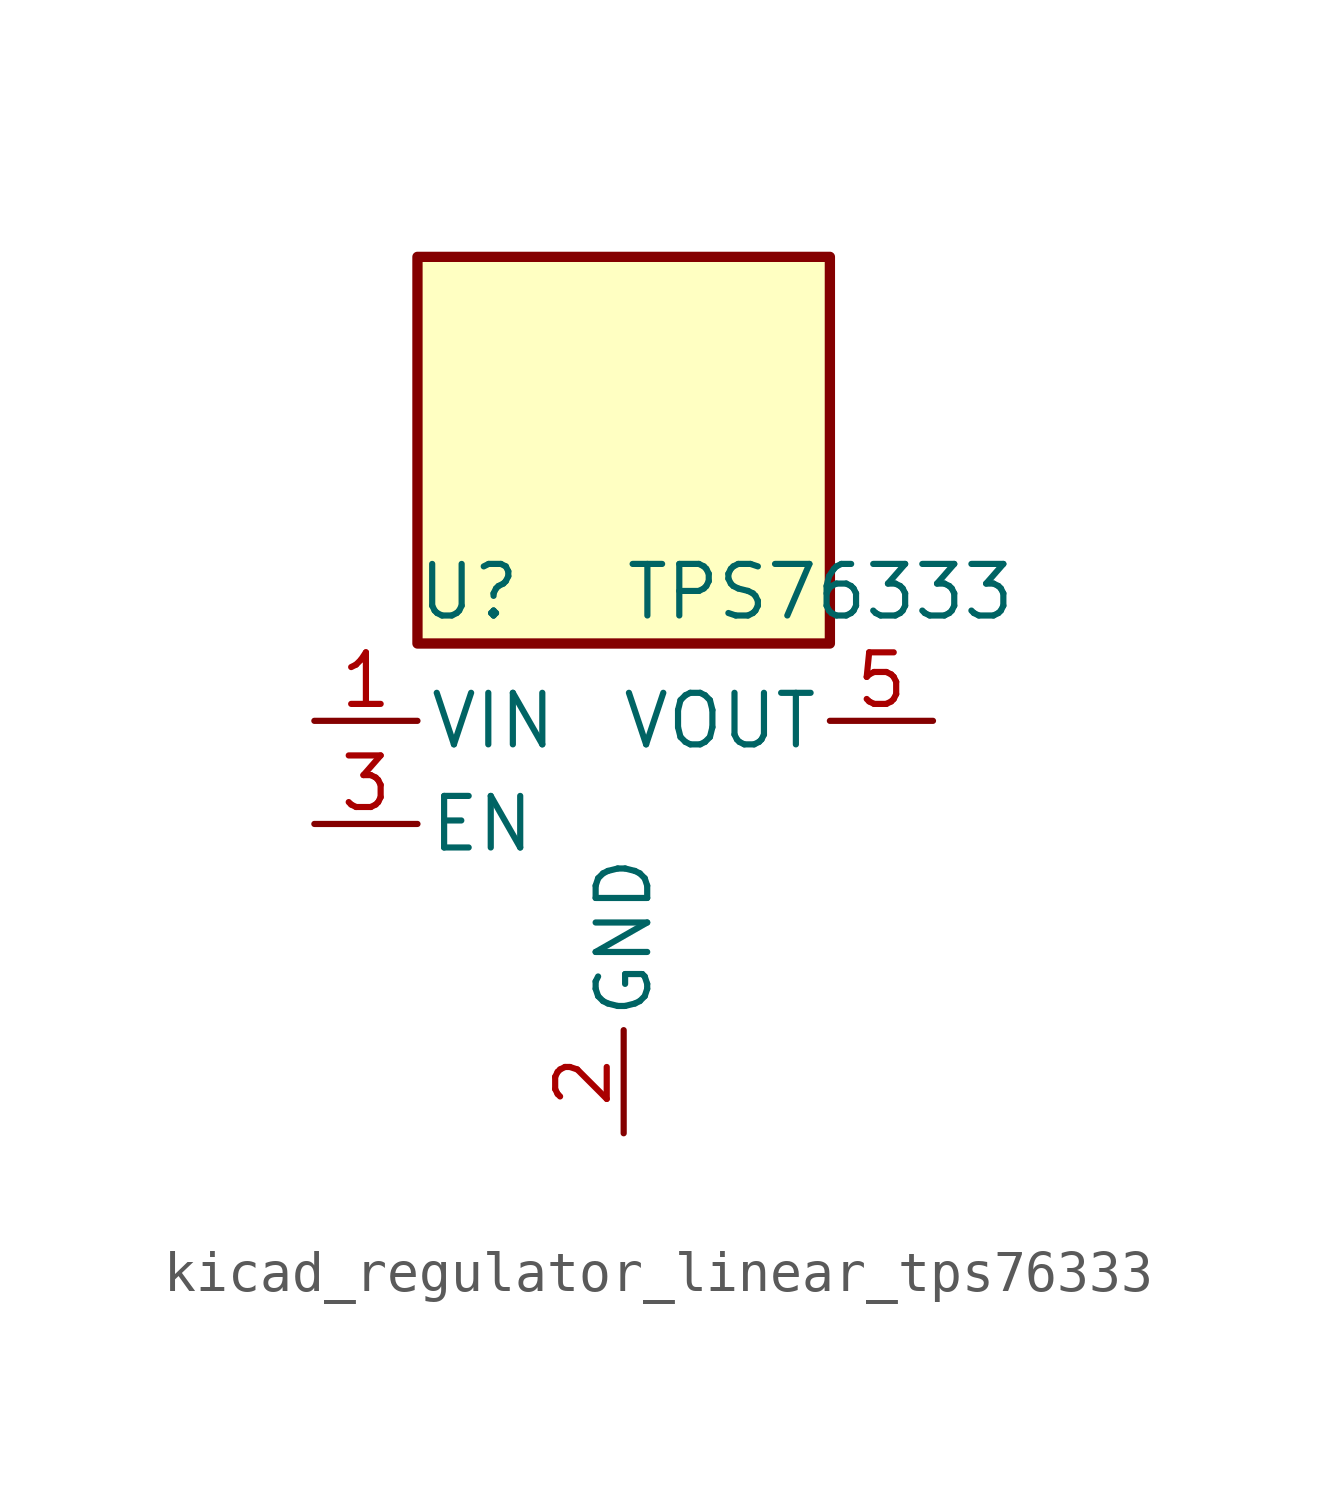
<source format=kicad_sym>
(kicad_symbol_lib
  (version 20220914)
  (generator kicad_symbol_editor)
  (symbol "kicad_regulator_linear_tps76333"
    (pin_names
      (offset 0.254))
    (property "Reference" "U"
      (at -3.81 5.715 0)
      (effects (font (size 1.27 1.27))))
    (property "Value" "TPS76333"
      (at 0 5.715 0)
      (effects (font (size 1.27 1.27)) (justify left)))
    (symbol "kicad_regulator_linear_tps76333_0_1"
      (rectangle (start 5.08 13.97) (end -5.08 4.445) (stroke (width 0.254) (type default)) (fill (type background))))
    (symbol "kicad_regulator_linear_tps76333_1_1"
      (pin power_in line (at -7.62 2.54 0) (length 2.54) (name "VIN" (effects (font (size 1.27 1.27)))) (number "1" (effects (font (size 1.27 1.27)))))
      (pin power_in line (at 0 -7.62 90) (length 2.54) (name "GND" (effects (font (size 1.27 1.27)))) (number "2" (effects (font (size 1.27 1.27)))))
      (pin input line (at -7.62 0 0) (length 2.54) (name "EN" (effects (font (size 1.27 1.27)))) (number "3" (effects (font (size 1.27 1.27)))))
      (pin no_connect line (at 5.08 0 180) (length 2.54) hide (name "NC" (effects (font (size 1.27 1.27)))) (number "4" (effects (font (size 1.27 1.27)))))
      (pin power_out line (at 7.62 2.54 180) (length 2.54) (name "VOUT" (effects (font (size 1.27 1.27)))) (number "5" (effects (font (size 1.27 1.27))))))))
</source>
